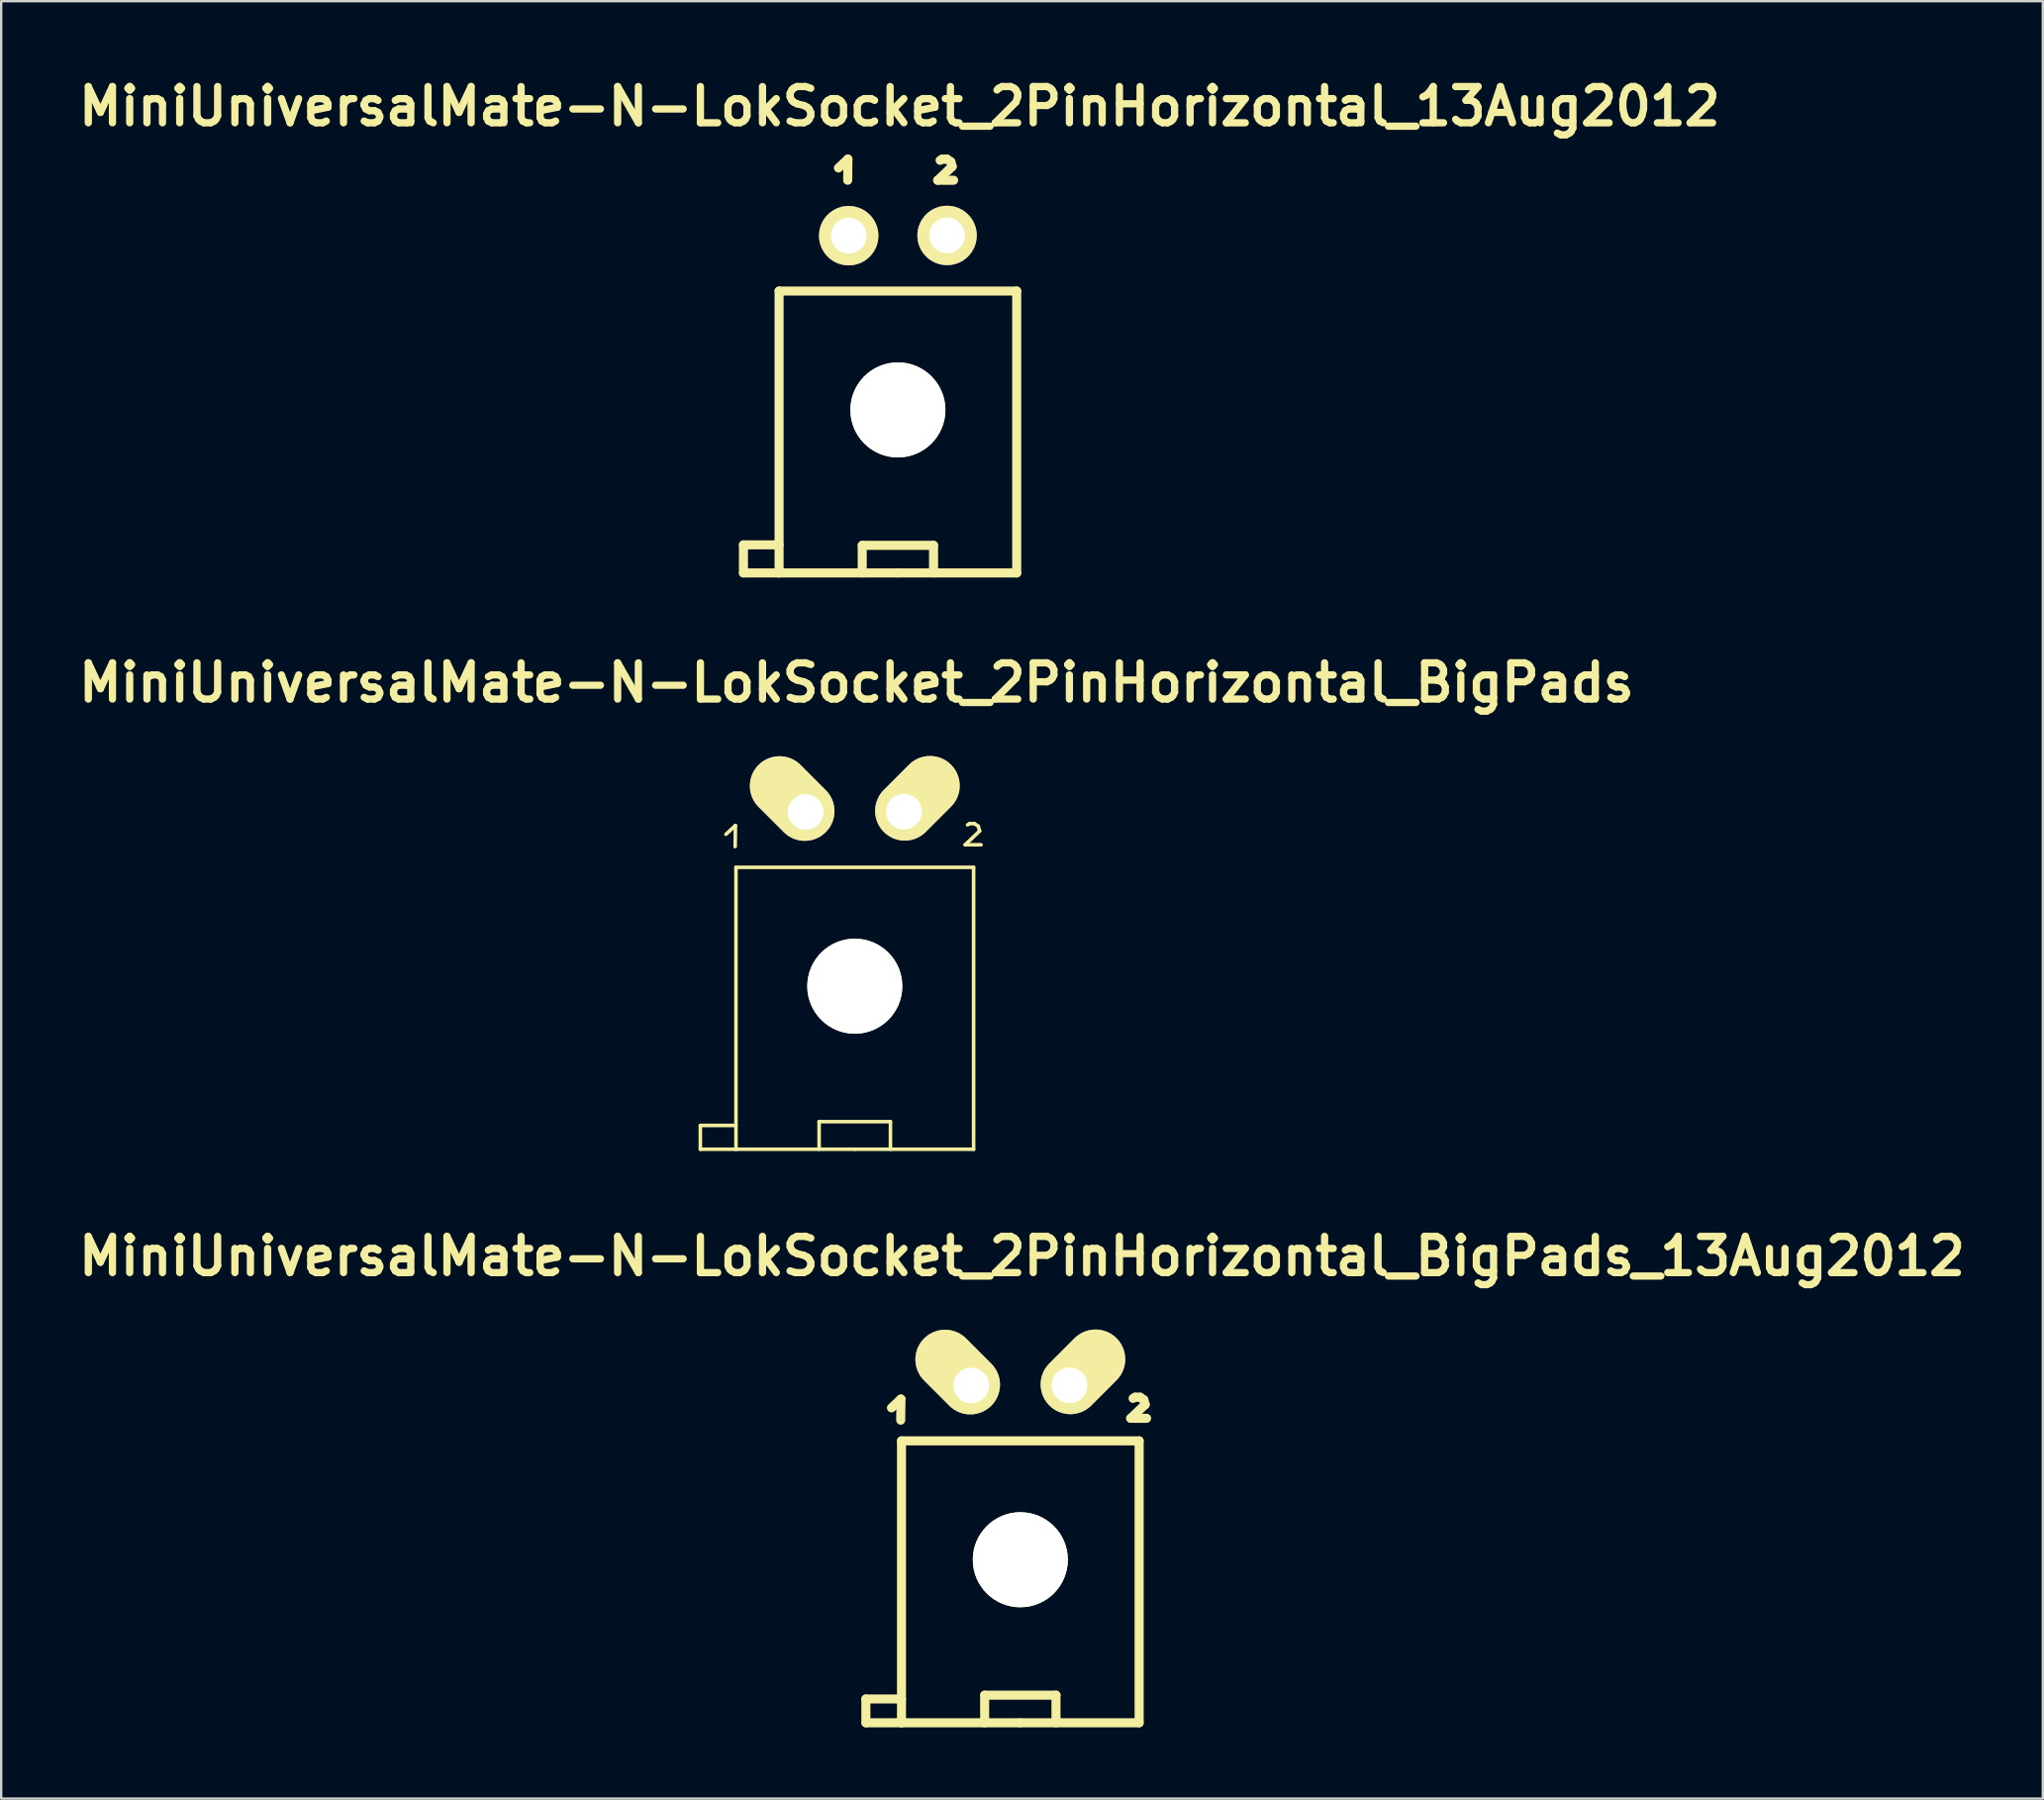
<source format=kicad_pcb>
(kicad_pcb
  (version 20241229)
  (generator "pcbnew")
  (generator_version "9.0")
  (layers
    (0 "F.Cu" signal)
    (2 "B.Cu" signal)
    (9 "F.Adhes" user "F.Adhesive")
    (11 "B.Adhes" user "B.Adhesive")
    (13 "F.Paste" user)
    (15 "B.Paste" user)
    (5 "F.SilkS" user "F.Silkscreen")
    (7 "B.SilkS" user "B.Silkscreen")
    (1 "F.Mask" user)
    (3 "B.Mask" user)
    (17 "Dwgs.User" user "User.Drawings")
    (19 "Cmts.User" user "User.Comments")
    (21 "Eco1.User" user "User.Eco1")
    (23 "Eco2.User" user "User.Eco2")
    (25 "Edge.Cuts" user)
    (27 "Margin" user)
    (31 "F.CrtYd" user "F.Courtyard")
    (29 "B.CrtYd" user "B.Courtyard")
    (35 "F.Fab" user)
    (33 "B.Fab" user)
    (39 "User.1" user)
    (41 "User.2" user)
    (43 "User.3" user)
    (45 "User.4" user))
  (footprint "MiniUniversalMate-N-LokSocket_2PinHorizontal_BigPads_13Aug2012"
    (layer "F.Cu")
    (at 39.894 55.239)
    (property "Reference" "MiniUniversalMate-N-LokSocket_2PinHorizontal_BigPads_13Aug2012" (at 0.071 -5.431 0) (layer "F.SilkS") (effects (font (size 1.524 1.524) (thickness 0.305))))
    (attr through_hole)
    (fp_line (start -6.5 13.2) (end -5.001 13.2) (stroke (width 0.381) (type solid)) (layer "F.SilkS"))
    (fp_line (start -6.5 14.201) (end -6.5 13.2) (stroke (width 0.381) (type solid)) (layer "F.SilkS"))
    (fp_line (start -5.423 0.95) (end -5.024 0.579) (stroke (width 0.381) (type solid)) (layer "F.SilkS"))
    (fp_line (start -5.024 0.579) (end -5.034 1.468) (stroke (width 0.381) (type solid)) (layer "F.SilkS"))
    (fp_line (start -5.001 2.339) (end 5.001 2.339) (stroke (width 0.381) (type solid)) (layer "F.SilkS"))
    (fp_line (start -5.001 14.201) (end -6.5 14.201) (stroke (width 0.381) (type solid)) (layer "F.SilkS"))
    (fp_line (start -5.001 14.201) (end -5.001 2.339) (stroke (width 0.381) (type solid)) (layer "F.SilkS"))
    (fp_line (start -1.501 13.04) (end -1.501 14.201) (stroke (width 0.381) (type solid)) (layer "F.SilkS"))
    (fp_line (start 0 14.201) (end -5.001 14.201) (stroke (width 0.381) (type solid)) (layer "F.SilkS"))
    (fp_line (start 0 14.201) (end 5.001 14.201) (stroke (width 0.381) (type solid)) (layer "F.SilkS"))
    (fp_line (start 1.501 13.04) (end -1.501 13.04) (stroke (width 0.381) (type solid)) (layer "F.SilkS"))
    (fp_line (start 1.501 14.201) (end 1.501 13.04) (stroke (width 0.381) (type solid)) (layer "F.SilkS"))
    (fp_line (start 4.646 1.389) (end 5.316 1.389) (stroke (width 0.381) (type solid)) (layer "F.SilkS"))
    (fp_line (start 4.747 0.551) (end 4.836 0.5) (stroke (width 0.381) (type solid)) (layer "F.SilkS"))
    (fp_line (start 4.836 0.5) (end 5.037 0.5) (stroke (width 0.381) (type solid)) (layer "F.SilkS"))
    (fp_line (start 5.001 2.339) (end 5.001 14.201) (stroke (width 0.381) (type solid)) (layer "F.SilkS"))
    (fp_line (start 5.037 0.5) (end 5.197 0.61) (stroke (width 0.381) (type solid)) (layer "F.SilkS"))
    (fp_line (start 5.197 0.61) (end 5.255 0.81) (stroke (width 0.381) (type solid)) (layer "F.SilkS"))
    (fp_line (start 5.255 0.81) (end 4.646 1.389) (stroke (width 0.381) (type solid)) (layer "F.SilkS"))
    (pad "" np_thru_hole circle (at 0 7.341) (size 4 4) (drill 4) (layers "*.Cu" "*.Mask" "F.SilkS"))
    (pad "1" thru_hole oval (at -2.07 0.01 315) (size 4 2.499) (drill 1.501 (offset -0.8 0)) (layers "*.Cu" "*.Mask" "F.SilkS"))
    (pad "2" thru_hole oval (at 2.07 0 45) (size 4 2.499) (drill 1.501 (offset 0.8 0)) (layers "*.Cu" "*.Mask" "F.SilkS")))
  (footprint "MiniUniversalMate-N-LokSocket_2PinHorizontal_13Aug2012"
    (layer "F.Cu")
    (at 34.741 6.857)
    (property "Reference" "MiniUniversalMate-N-LokSocket_2PinHorizontal_13Aug2012" (at 0.071 -5.431 0) (layer "F.SilkS") (effects (font (size 1.524 1.524) (thickness 0.305))))
    (attr through_hole)
    (fp_line (start -6.5 13.02) (end -5.001 13.02) (stroke (width 0.381) (type solid)) (layer "F.SilkS"))
    (fp_line (start -6.5 14.201) (end -6.5 13.02) (stroke (width 0.381) (type solid)) (layer "F.SilkS"))
    (fp_line (start -5.001 2.339) (end 5.001 2.339) (stroke (width 0.381) (type solid)) (layer "F.SilkS"))
    (fp_line (start -5.001 14.201) (end -6.5 14.201) (stroke (width 0.381) (type solid)) (layer "F.SilkS"))
    (fp_line (start -5.001 14.201) (end -5.001 2.339) (stroke (width 0.381) (type solid)) (layer "F.SilkS"))
    (fp_line (start -2.502 -2.84) (end -2.103 -3.211) (stroke (width 0.381) (type solid)) (layer "F.SilkS"))
    (fp_line (start -2.103 -3.211) (end -2.113 -2.322) (stroke (width 0.381) (type solid)) (layer "F.SilkS"))
    (fp_line (start -1.501 13.04) (end -1.501 14.201) (stroke (width 0.381) (type solid)) (layer "F.SilkS"))
    (fp_line (start 0 14.201) (end -5.001 14.201) (stroke (width 0.381) (type solid)) (layer "F.SilkS"))
    (fp_line (start 0 14.201) (end 5.001 14.201) (stroke (width 0.381) (type solid)) (layer "F.SilkS"))
    (fp_line (start 1.501 13.04) (end -1.501 13.04) (stroke (width 0.381) (type solid)) (layer "F.SilkS"))
    (fp_line (start 1.501 14.201) (end 1.501 13.04) (stroke (width 0.381) (type solid)) (layer "F.SilkS"))
    (fp_line (start 1.676 -2.322) (end 2.347 -2.322) (stroke (width 0.381) (type solid)) (layer "F.SilkS"))
    (fp_line (start 1.778 -3.16) (end 1.867 -3.211) (stroke (width 0.381) (type solid)) (layer "F.SilkS"))
    (fp_line (start 1.867 -3.211) (end 2.068 -3.211) (stroke (width 0.381) (type solid)) (layer "F.SilkS"))
    (fp_line (start 2.068 -3.211) (end 2.228 -3.101) (stroke (width 0.381) (type solid)) (layer "F.SilkS"))
    (fp_line (start 2.228 -3.101) (end 2.286 -2.901) (stroke (width 0.381) (type solid)) (layer "F.SilkS"))
    (fp_line (start 2.286 -2.901) (end 1.676 -2.322) (stroke (width 0.381) (type solid)) (layer "F.SilkS"))
    (fp_line (start 5.001 2.339) (end 5.001 14.201) (stroke (width 0.381) (type solid)) (layer "F.SilkS"))
    (pad "" np_thru_hole circle (at 0 7.341) (size 4 4) (drill 4) (layers "*.Cu" "*.Mask" "F.SilkS"))
    (pad "1" thru_hole circle (at -2.07 0.01 90) (size 2.499 2.499) (drill 1.501) (layers "*.Cu" "*.Mask" "F.SilkS"))
    (pad "2" thru_hole circle (at 2.07 0 90) (size 2.499 2.499) (drill 1.501) (layers "*.Cu" "*.Mask" "F.SilkS")))
  (footprint "MiniUniversalMate-N-LokSocket_2PinHorizontal_BigPads"
    (layer "F.Cu")
    (at 32.927 31.106)
    (property "Reference" "MiniUniversalMate-N-LokSocket_2PinHorizontal_BigPads" (at 0.071 -5.431 0) (layer "F.SilkS") (effects (font (size 1.524 1.524) (thickness 0.305))))
    (attr through_hole)
    (fp_line (start -6.5 13.2) (end -5.001 13.2) (stroke (width 0.15) (type solid)) (layer "F.SilkS"))
    (fp_line (start -6.5 14.201) (end -6.5 13.2) (stroke (width 0.15) (type solid)) (layer "F.SilkS"))
    (fp_line (start -5.423 0.95) (end -5.024 0.579) (stroke (width 0.15) (type solid)) (layer "F.SilkS"))
    (fp_line (start -5.024 0.579) (end -5.034 1.468) (stroke (width 0.15) (type solid)) (layer "F.SilkS"))
    (fp_line (start -5.001 2.339) (end 5.001 2.339) (stroke (width 0.15) (type solid)) (layer "F.SilkS"))
    (fp_line (start -5.001 14.201) (end -6.5 14.201) (stroke (width 0.15) (type solid)) (layer "F.SilkS"))
    (fp_line (start -5.001 14.201) (end -5.001 2.339) (stroke (width 0.15) (type solid)) (layer "F.SilkS"))
    (fp_line (start -1.501 13.04) (end -1.501 14.201) (stroke (width 0.15) (type solid)) (layer "F.SilkS"))
    (fp_line (start 0 14.201) (end -5.001 14.201) (stroke (width 0.15) (type solid)) (layer "F.SilkS"))
    (fp_line (start 0 14.201) (end 5.001 14.201) (stroke (width 0.15) (type solid)) (layer "F.SilkS"))
    (fp_line (start 1.501 13.04) (end -1.501 13.04) (stroke (width 0.15) (type solid)) (layer "F.SilkS"))
    (fp_line (start 1.501 14.201) (end 1.501 13.04) (stroke (width 0.15) (type solid)) (layer "F.SilkS"))
    (fp_line (start 4.646 1.389) (end 5.316 1.389) (stroke (width 0.15) (type solid)) (layer "F.SilkS"))
    (fp_line (start 4.747 0.551) (end 4.836 0.5) (stroke (width 0.15) (type solid)) (layer "F.SilkS"))
    (fp_line (start 4.836 0.5) (end 5.037 0.5) (stroke (width 0.15) (type solid)) (layer "F.SilkS"))
    (fp_line (start 5.001 2.339) (end 5.001 14.201) (stroke (width 0.15) (type solid)) (layer "F.SilkS"))
    (fp_line (start 5.037 0.5) (end 5.197 0.61) (stroke (width 0.15) (type solid)) (layer "F.SilkS"))
    (fp_line (start 5.197 0.61) (end 5.255 0.81) (stroke (width 0.15) (type solid)) (layer "F.SilkS"))
    (fp_line (start 5.255 0.81) (end 4.646 1.389) (stroke (width 0.15) (type solid)) (layer "F.SilkS"))
    (pad "" np_thru_hole circle (at 0 7.341) (size 4 4) (drill 4) (layers "*.Cu" "*.Mask" "F.SilkS"))
    (pad "1" thru_hole oval (at -2.07 0.01 315) (size 4 2.499) (drill 1.501 (offset -0.8 0)) (layers "*.Cu" "*.Mask" "F.SilkS"))
    (pad "2" thru_hole oval (at 2.07 0 45) (size 4 2.499) (drill 1.501 (offset 0.8 0)) (layers "*.Cu" "*.Mask" "F.SilkS")))
  (gr_rect
    (start -3 -3)
    (end 82.93 72.63)
    (stroke (width 0.1) (type default))
    (fill no)
    (layer "Edge.Cuts")))
</source>
